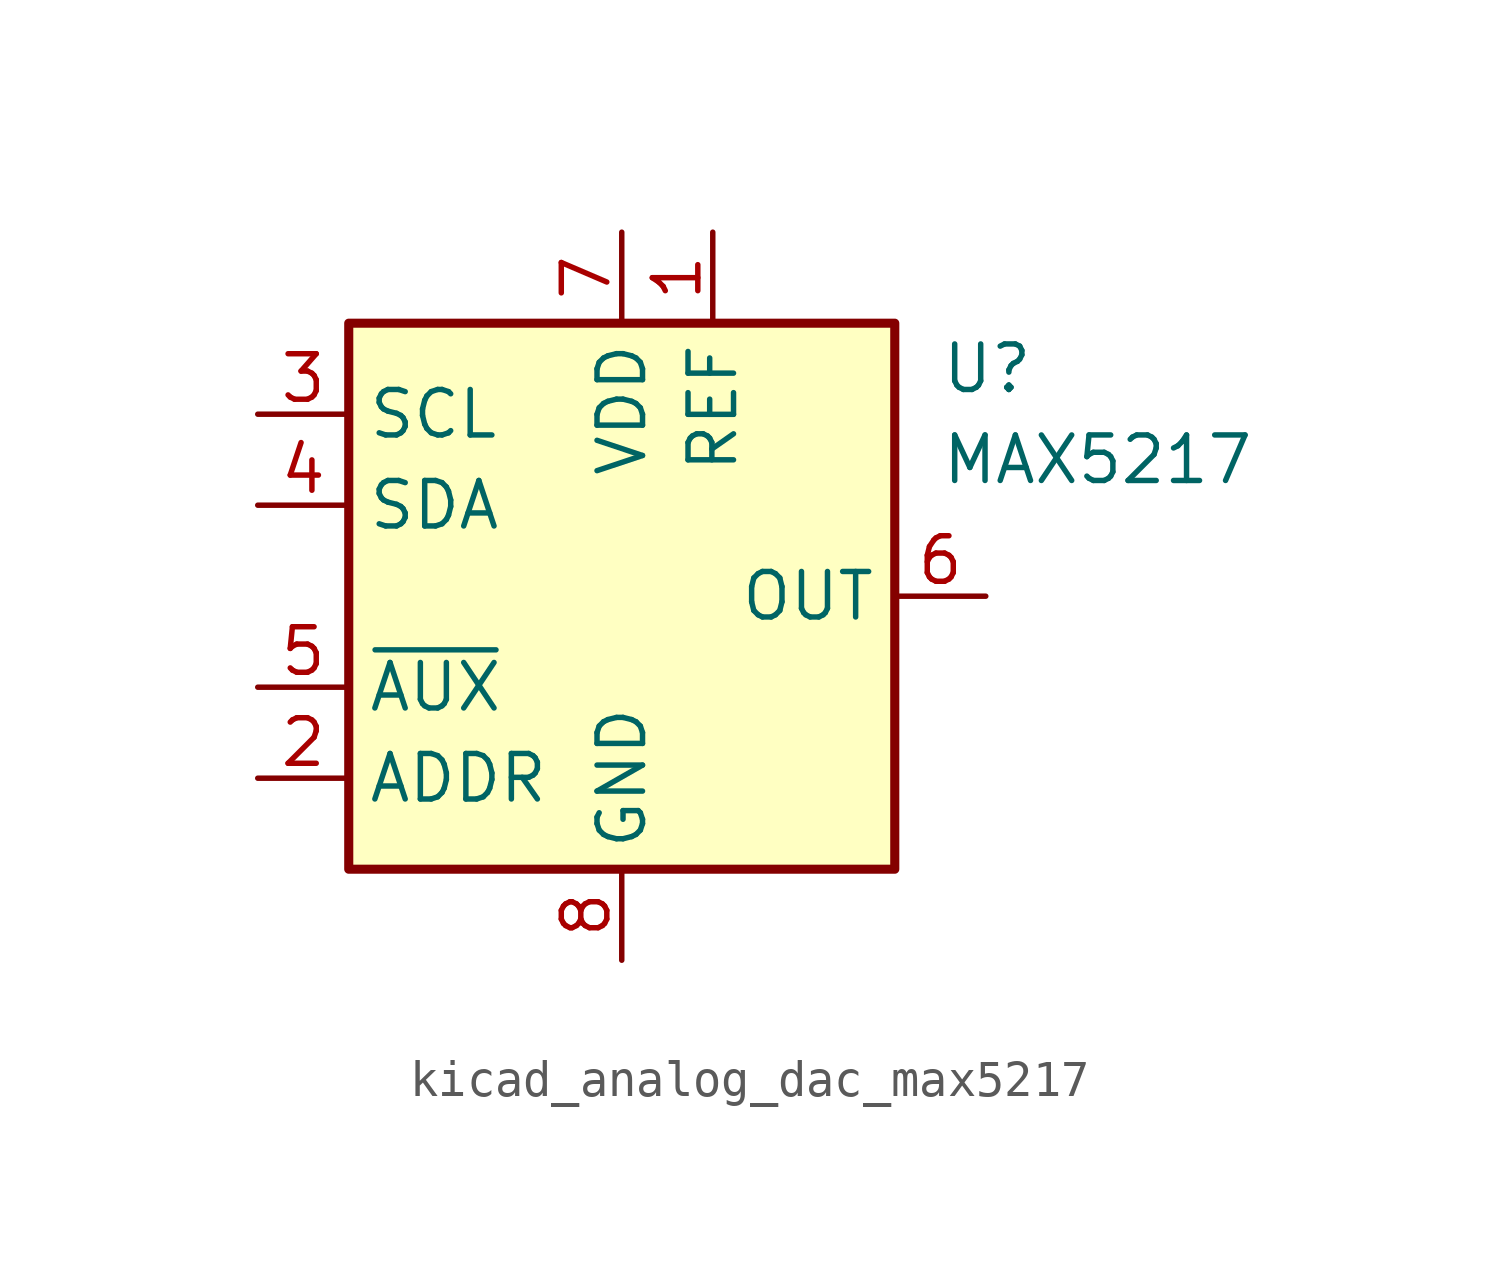
<source format=kicad_sym>
(kicad_symbol_lib
  (version 20220914)
  (generator kicad_symbol_editor)
  (symbol "kicad_analog_dac_max5217"
    (property "Reference" "U"
      (at 8.89 6.35 0)
      (effects (font (size 1.27 1.27)) (justify left)))
    (property "Value" "MAX5217"
      (at 8.89 3.81 0)
      (effects (font (size 1.27 1.27)) (justify left)))
    (symbol "kicad_analog_dac_max5217_0_1"
      (rectangle (start -7.62 7.62) (end 7.62 -7.62) (stroke (width 0.254) (type default)) (fill (type background))))
    (symbol "kicad_analog_dac_max5217_1_1"
      (pin power_in line (at 2.54 10.16 270) (length 2.54) (name "REF" (effects (font (size 1.27 1.27)))) (number "1" (effects (font (size 1.27 1.27)))))
      (pin input line (at -10.16 -5.08 0) (length 2.54) (name "ADDR" (effects (font (size 1.27 1.27)))) (number "2" (effects (font (size 1.27 1.27)))))
      (pin input line (at -10.16 5.08 0) (length 2.54) (name "SCL" (effects (font (size 1.27 1.27)))) (number "3" (effects (font (size 1.27 1.27)))))
      (pin bidirectional line (at -10.16 2.54 0) (length 2.54) (name "SDA" (effects (font (size 1.27 1.27)))) (number "4" (effects (font (size 1.27 1.27)))))
      (pin input line (at -10.16 -2.54 0) (length 2.54) (name "~{AUX}" (effects (font (size 1.27 1.27)))) (number "5" (effects (font (size 1.27 1.27)))))
      (pin output line (at 10.16 0 180) (length 2.54) (name "OUT" (effects (font (size 1.27 1.27)))) (number "6" (effects (font (size 1.27 1.27)))))
      (pin power_in line (at 0 10.16 270) (length 2.54) (name "VDD" (effects (font (size 1.27 1.27)))) (number "7" (effects (font (size 1.27 1.27)))))
      (pin power_in line (at 0 -10.16 90) (length 2.54) (name "GND" (effects (font (size 1.27 1.27)))) (number "8" (effects (font (size 1.27 1.27))))))))
</source>
